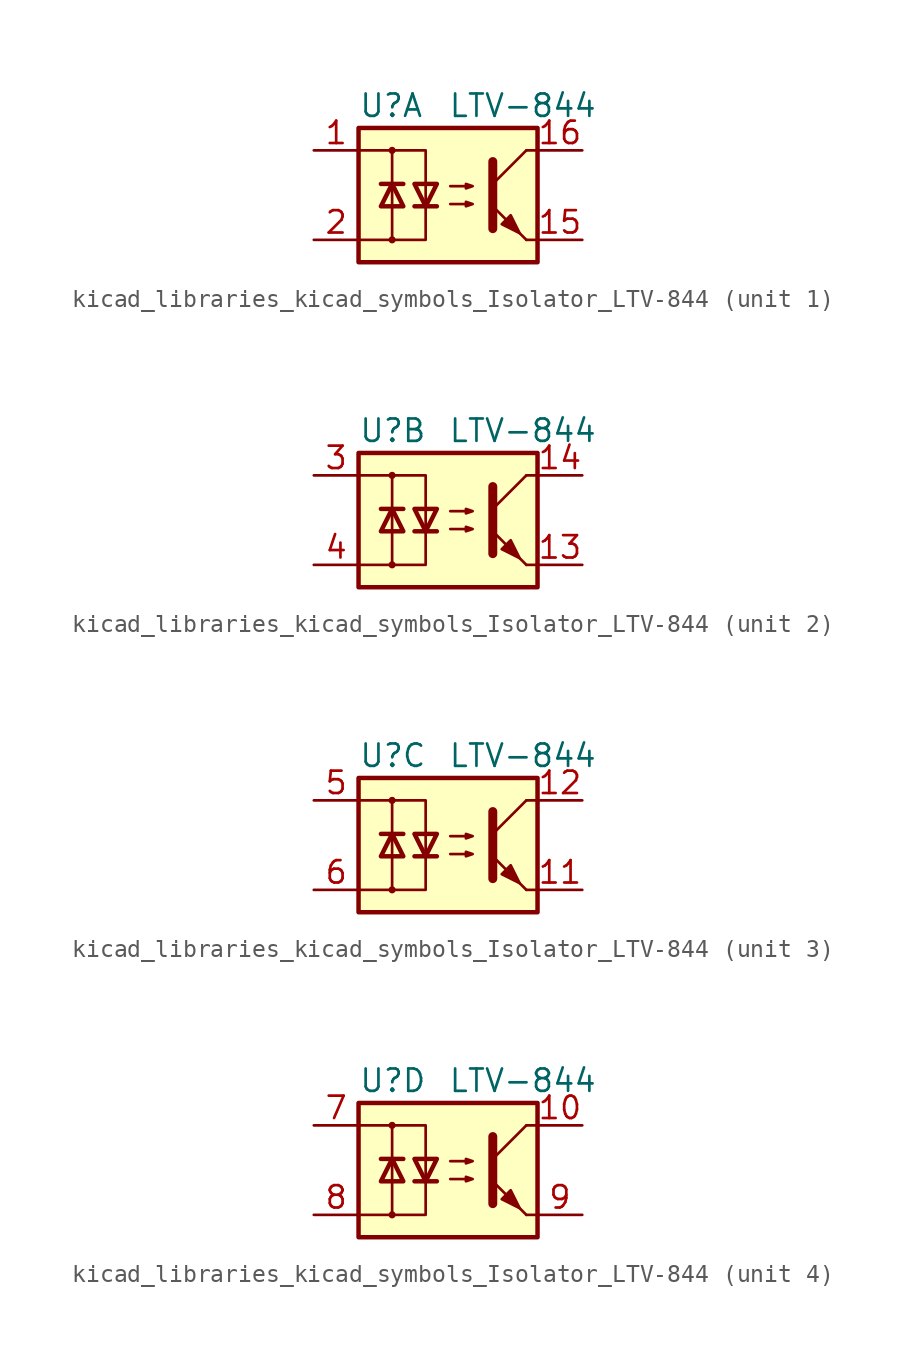
<source format=kicad_sym>
(kicad_symbol_lib
  (version 20220914)
  (generator kicad_symbol_editor)
  (symbol "kicad_libraries_kicad_symbols_Isolator_LTV-844"
    (pin_names
      (offset 1.016))
    (property "Reference" "U"
      (at -5.08 5.08 0)
      (effects (font (size 1.27 1.27)) (justify left)))
    (property "Value" "LTV-844"
      (at 0 5.08 0)
      (effects (font (size 1.27 1.27)) (justify left)))
    (symbol "kicad_libraries_kicad_symbols_Isolator_LTV-844_0_1"
      (rectangle (start -5.08 3.81) (end 5.08 -3.81) (stroke (width 0.254) (type default)) (fill (type background)))
      (circle (center -3.175 -2.54) (radius 0.127) (stroke (width 0) (type default)) (fill (type none)))
      (circle (center -3.175 2.54) (radius 0.127) (stroke (width 0) (type default)) (fill (type none)))
      (polyline (pts (xy -3.81 0.635) (xy -2.54 0.635)) (stroke (width 0.254) (type default)) (fill (type none)))
      (polyline (pts (xy -3.175 0.635) (xy -3.175 -2.54)) (stroke (width 0) (type default)) (fill (type none)))
      (polyline (pts (xy -3.175 0.635) (xy -3.175 2.54)) (stroke (width 0) (type default)) (fill (type none)))
      (polyline (pts (xy -1.905 -0.635) (xy -0.635 -0.635)) (stroke (width 0.254) (type default)) (fill (type none)))
      (polyline (pts (xy 2.54 0.635) (xy 4.445 2.54)) (stroke (width 0) (type default)) (fill (type none)))
      (polyline (pts (xy 4.445 -2.54) (xy 2.54 -0.635)) (stroke (width 0) (type default)) (fill (type outline)))
      (polyline (pts (xy 4.445 -2.54) (xy 5.08 -2.54)) (stroke (width 0) (type default)) (fill (type none)))
      (polyline (pts (xy 4.445 2.54) (xy 5.08 2.54)) (stroke (width 0) (type default)) (fill (type none)))
      (polyline (pts (xy -5.08 2.54) (xy -1.27 2.54) (xy -1.27 -0.635)) (stroke (width 0) (type default)) (fill (type none)))
      (polyline (pts (xy -1.27 -0.635) (xy -1.27 -2.54) (xy -5.08 -2.54)) (stroke (width 0) (type default)) (fill (type none)))
      (polyline (pts (xy 2.54 1.905) (xy 2.54 -1.905) (xy 2.54 -1.905)) (stroke (width 0.508) (type default)) (fill (type none)))
      (polyline (pts (xy -3.175 0.635) (xy -3.81 -0.635) (xy -2.54 -0.635) (xy -3.175 0.635)) (stroke (width 0.254) (type default)) (fill (type none)))
      (polyline (pts (xy -1.27 -0.635) (xy -1.905 0.635) (xy -0.635 0.635) (xy -1.27 -0.635)) (stroke (width 0.254) (type default)) (fill (type none)))
      (polyline (pts (xy 0.127 -0.508) (xy 1.397 -0.508) (xy 1.016 -0.635) (xy 1.016 -0.381) (xy 1.397 -0.508)) (stroke (width 0) (type default)) (fill (type none)))
      (polyline (pts (xy 0.127 0.508) (xy 1.397 0.508) (xy 1.016 0.381) (xy 1.016 0.635) (xy 1.397 0.508)) (stroke (width 0) (type default)) (fill (type none)))
      (polyline (pts (xy 3.048 -1.651) (xy 3.556 -1.143) (xy 4.064 -2.159) (xy 3.048 -1.651) (xy 3.048 -1.651)) (stroke (width 0) (type default)) (fill (type outline))))
    (symbol "kicad_libraries_kicad_symbols_Isolator_LTV-844_1_1"
      (pin passive line (at -7.62 2.54 0) (length 2.54) (name "~" (effects (font (size 1.27 1.27)))) (number "1" (effects (font (size 1.27 1.27)))))
      (pin passive line (at 7.62 -2.54 180) (length 2.54) (name "~" (effects (font (size 1.27 1.27)))) (number "15" (effects (font (size 1.27 1.27)))))
      (pin passive line (at 7.62 2.54 180) (length 2.54) (name "~" (effects (font (size 1.27 1.27)))) (number "16" (effects (font (size 1.27 1.27)))))
      (pin passive line (at -7.62 -2.54 0) (length 2.54) (name "~" (effects (font (size 1.27 1.27)))) (number "2" (effects (font (size 1.27 1.27))))))
    (symbol "kicad_libraries_kicad_symbols_Isolator_LTV-844_2_1"
      (pin passive line (at 7.62 -2.54 180) (length 2.54) (name "~" (effects (font (size 1.27 1.27)))) (number "13" (effects (font (size 1.27 1.27)))))
      (pin passive line (at 7.62 2.54 180) (length 2.54) (name "~" (effects (font (size 1.27 1.27)))) (number "14" (effects (font (size 1.27 1.27)))))
      (pin passive line (at -7.62 2.54 0) (length 2.54) (name "~" (effects (font (size 1.27 1.27)))) (number "3" (effects (font (size 1.27 1.27)))))
      (pin passive line (at -7.62 -2.54 0) (length 2.54) (name "~" (effects (font (size 1.27 1.27)))) (number "4" (effects (font (size 1.27 1.27))))))
    (symbol "kicad_libraries_kicad_symbols_Isolator_LTV-844_3_1"
      (pin passive line (at 7.62 -2.54 180) (length 2.54) (name "~" (effects (font (size 1.27 1.27)))) (number "11" (effects (font (size 1.27 1.27)))))
      (pin passive line (at 7.62 2.54 180) (length 2.54) (name "~" (effects (font (size 1.27 1.27)))) (number "12" (effects (font (size 1.27 1.27)))))
      (pin passive line (at -7.62 2.54 0) (length 2.54) (name "~" (effects (font (size 1.27 1.27)))) (number "5" (effects (font (size 1.27 1.27)))))
      (pin passive line (at -7.62 -2.54 0) (length 2.54) (name "~" (effects (font (size 1.27 1.27)))) (number "6" (effects (font (size 1.27 1.27))))))
    (symbol "kicad_libraries_kicad_symbols_Isolator_LTV-844_4_1"
      (pin passive line (at 7.62 2.54 180) (length 2.54) (name "~" (effects (font (size 1.27 1.27)))) (number "10" (effects (font (size 1.27 1.27)))))
      (pin passive line (at -7.62 2.54 0) (length 2.54) (name "~" (effects (font (size 1.27 1.27)))) (number "7" (effects (font (size 1.27 1.27)))))
      (pin passive line (at -7.62 -2.54 0) (length 2.54) (name "~" (effects (font (size 1.27 1.27)))) (number "8" (effects (font (size 1.27 1.27)))))
      (pin passive line (at 7.62 -2.54 180) (length 2.54) (name "~" (effects (font (size 1.27 1.27)))) (number "9" (effects (font (size 1.27 1.27))))))))
</source>
